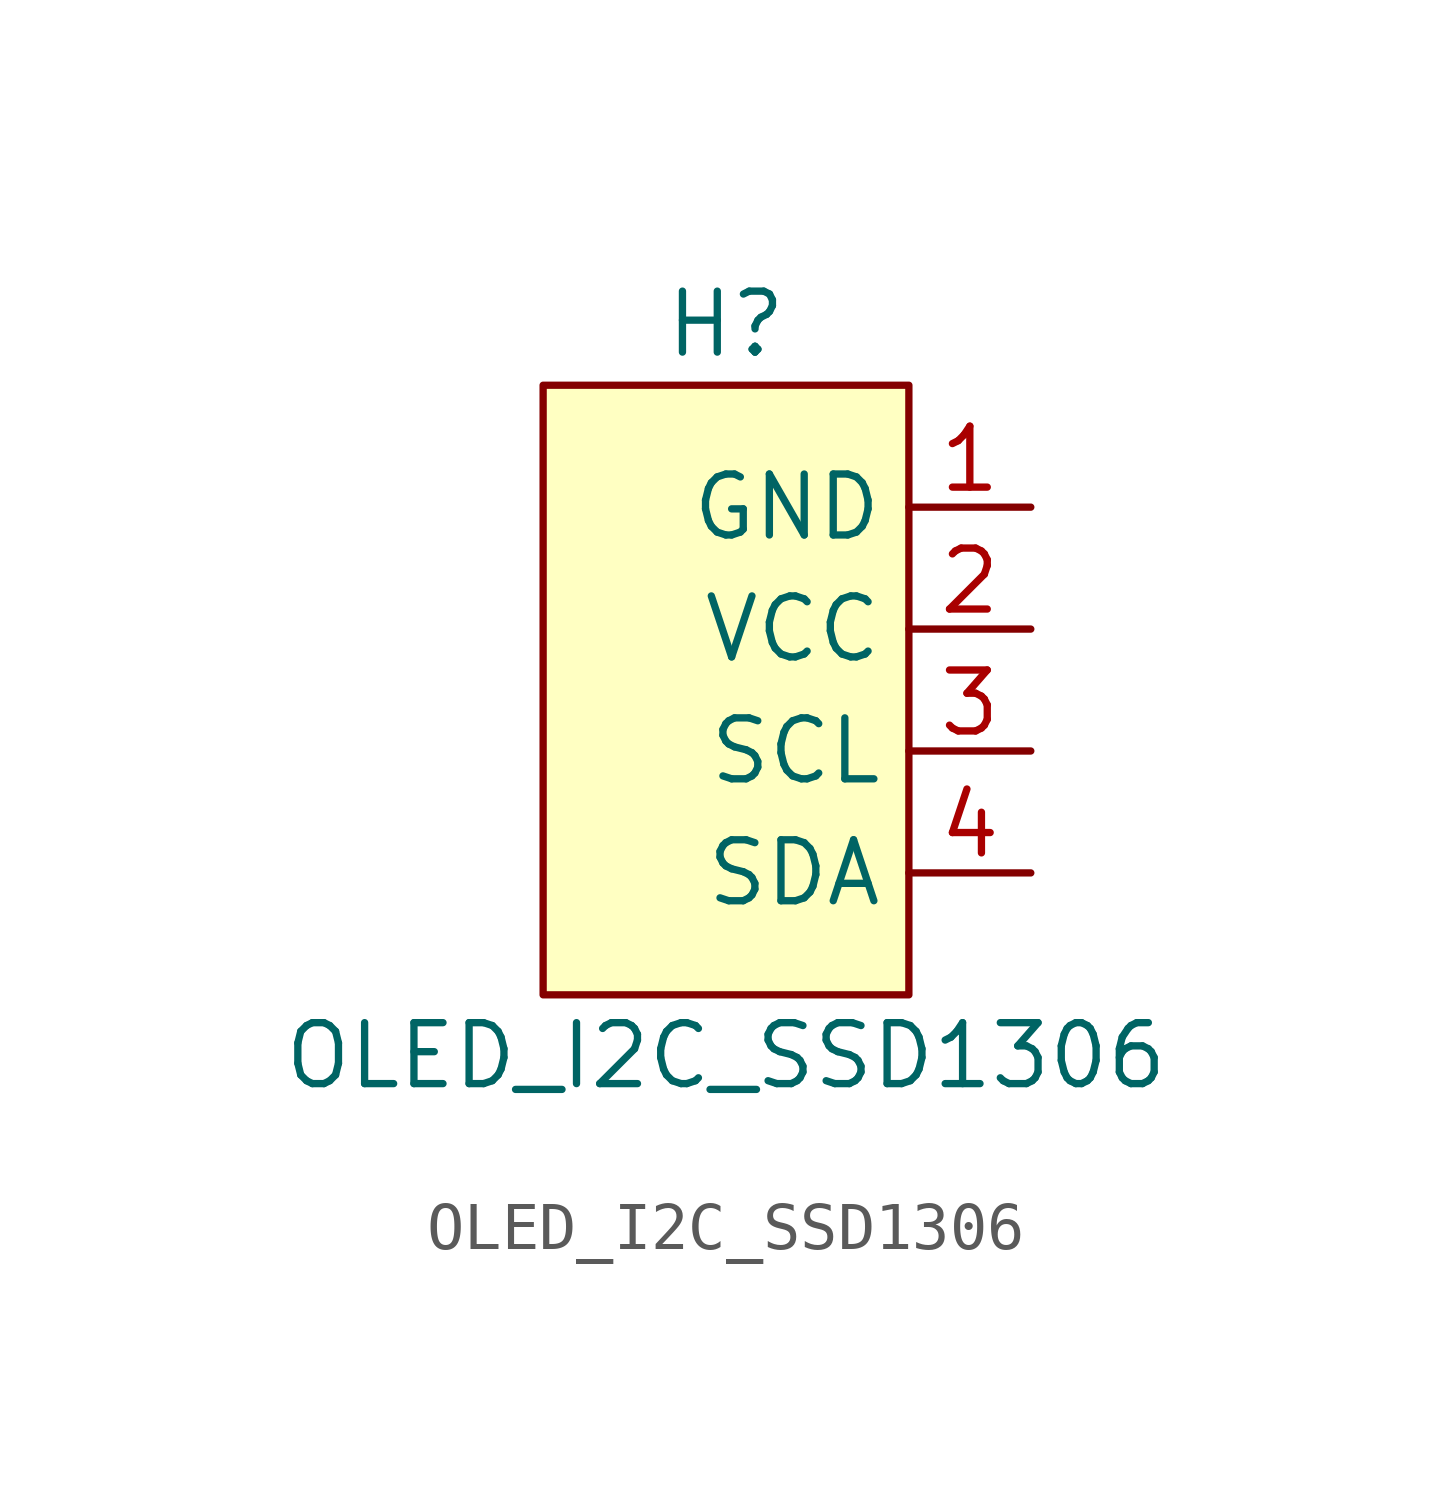
<source format=kicad_sym>
(kicad_symbol_lib
  (version 20220331)
  (generator kicad_symbol_editor)
  (symbol "OLED_I2C_SSD1306"
    (property "Reference" "H"
      (at 0 7.62 0)
      (effects (font (size 1.27 1.27))))
    (property "Value" "OLED_I2C_SSD1306"
      (at 0 -7.62 0)
      (effects (font (size 1.27 1.27))))
    (symbol "OLED_I2C_SSD1306_0_1"
      (rectangle (start -3.81 6.35) (end 3.81 -6.35) (stroke (width 0) (type default)) (fill (type background))))
    (symbol "OLED_I2C_SSD1306_1_1"
      (pin power_in line (at 6.35 3.81 180) (length 2.54) (name "GND" (effects (font (size 1.27 1.27)))) (number "1" (effects (font (size 1.27 1.27)))))
      (pin power_in line (at 6.35 1.27 180) (length 2.54) (name "VCC" (effects (font (size 1.27 1.27)))) (number "2" (effects (font (size 1.27 1.27)))))
      (pin input line (at 6.35 -1.27 180) (length 2.54) (name "SCL" (effects (font (size 1.27 1.27)))) (number "3" (effects (font (size 1.27 1.27)))))
      (pin bidirectional line (at 6.35 -3.81 180) (length 2.54) (name "SDA" (effects (font (size 1.27 1.27)))) (number "4" (effects (font (size 1.27 1.27))))))))
</source>
